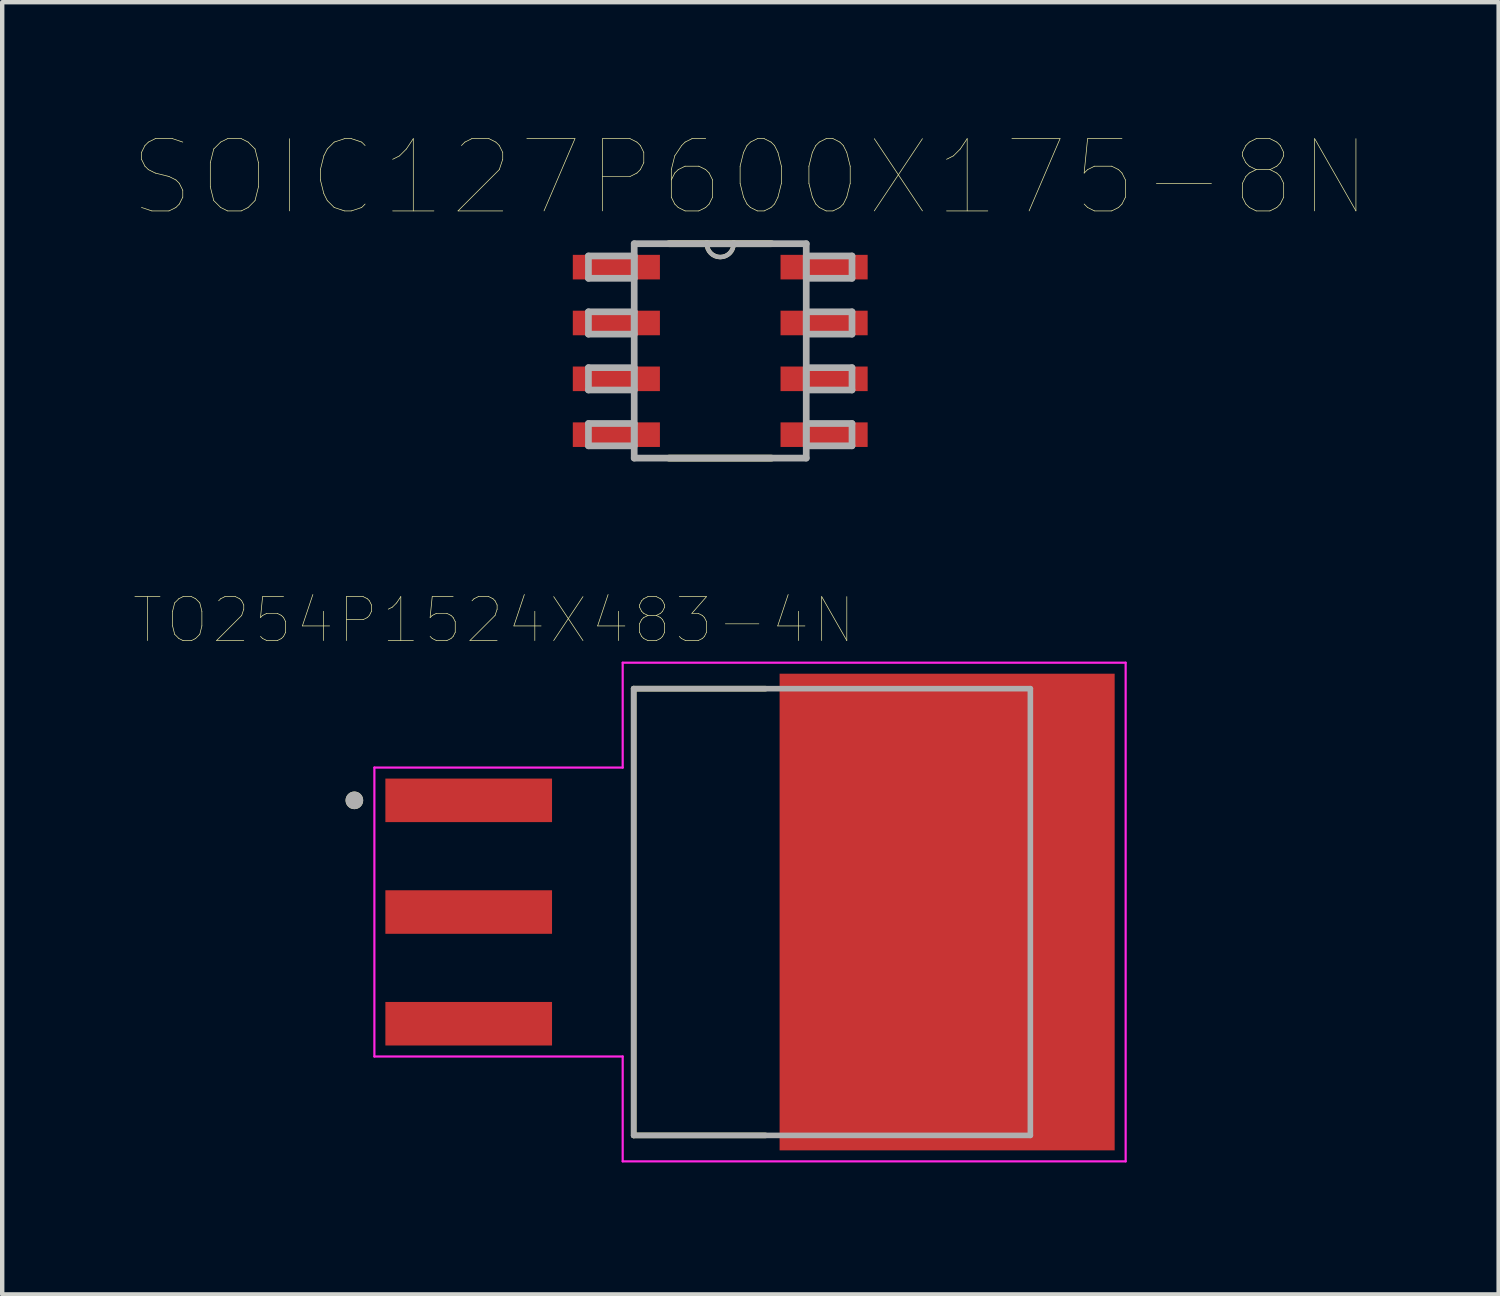
<source format=kicad_pcb>
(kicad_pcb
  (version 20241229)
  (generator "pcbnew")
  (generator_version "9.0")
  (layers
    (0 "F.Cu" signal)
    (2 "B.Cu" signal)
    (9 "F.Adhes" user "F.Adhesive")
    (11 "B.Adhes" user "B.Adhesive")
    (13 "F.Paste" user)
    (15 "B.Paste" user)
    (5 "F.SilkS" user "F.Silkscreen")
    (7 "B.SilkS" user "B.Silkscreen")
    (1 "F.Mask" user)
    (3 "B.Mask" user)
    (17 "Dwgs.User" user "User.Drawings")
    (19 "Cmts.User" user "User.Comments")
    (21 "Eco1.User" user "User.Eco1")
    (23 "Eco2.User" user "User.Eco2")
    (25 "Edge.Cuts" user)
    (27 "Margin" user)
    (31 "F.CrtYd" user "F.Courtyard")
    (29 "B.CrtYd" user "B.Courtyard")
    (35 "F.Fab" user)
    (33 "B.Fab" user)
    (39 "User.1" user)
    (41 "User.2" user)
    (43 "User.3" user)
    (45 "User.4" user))
  (footprint "SOIC127P600X175-8N"
    (layer "F.Cu")
    (at 13.329 4.93)
    (property "Reference" "SOIC127P600X175-8N" (at 0.687 -3.943 0) (layer "F.SilkS") (effects (font (size 1.643 1.643) (thickness 0.015))))
    (attr through_hole)
    (fp_line (start -1.168 2.438) (end 1.168 2.438) (stroke (width 0.152) (type solid)) (layer "F.SilkS"))
    (fp_line (start -0.305 -2.438) (end -1.168 -2.438) (stroke (width 0.152) (type solid)) (layer "F.SilkS"))
    (fp_line (start 0.305 -2.438) (end -0.305 -2.438) (stroke (width 0.152) (type solid)) (layer "F.SilkS"))
    (fp_line (start 1.168 -2.438) (end 0.305 -2.438) (stroke (width 0.152) (type solid)) (layer "F.SilkS"))
    (fp_arc (start 0.3048 -2.4384) (mid 0 -2.1336) (end -0.3048 -2.4384) (stroke (width 0.1) (type solid)) (layer "F.SilkS"))
    (fp_line (start -2.997 -2.159) (end -2.997 -1.651) (stroke (width 0.152) (type solid)) (layer "F.Fab"))
    (fp_line (start -2.997 -1.651) (end -1.956 -1.651) (stroke (width 0.152) (type solid)) (layer "F.Fab"))
    (fp_line (start -2.997 -0.889) (end -2.997 -0.381) (stroke (width 0.152) (type solid)) (layer "F.Fab"))
    (fp_line (start -2.997 -0.381) (end -1.956 -0.381) (stroke (width 0.152) (type solid)) (layer "F.Fab"))
    (fp_line (start -2.997 0.381) (end -2.997 0.889) (stroke (width 0.152) (type solid)) (layer "F.Fab"))
    (fp_line (start -2.997 0.889) (end -1.956 0.889) (stroke (width 0.152) (type solid)) (layer "F.Fab"))
    (fp_line (start -2.997 1.651) (end -2.997 2.159) (stroke (width 0.152) (type solid)) (layer "F.Fab"))
    (fp_line (start -2.997 2.159) (end -1.956 2.159) (stroke (width 0.152) (type solid)) (layer "F.Fab"))
    (fp_line (start -1.956 -2.438) (end -1.956 2.438) (stroke (width 0.152) (type solid)) (layer "F.Fab"))
    (fp_line (start -1.956 -2.159) (end -2.997 -2.159) (stroke (width 0.152) (type solid)) (layer "F.Fab"))
    (fp_line (start -1.956 -1.651) (end -1.956 -2.159) (stroke (width 0.152) (type solid)) (layer "F.Fab"))
    (fp_line (start -1.956 -0.889) (end -2.997 -0.889) (stroke (width 0.152) (type solid)) (layer "F.Fab"))
    (fp_line (start -1.956 -0.381) (end -1.956 -0.889) (stroke (width 0.152) (type solid)) (layer "F.Fab"))
    (fp_line (start -1.956 0.381) (end -2.997 0.381) (stroke (width 0.152) (type solid)) (layer "F.Fab"))
    (fp_line (start -1.956 0.889) (end -1.956 0.381) (stroke (width 0.152) (type solid)) (layer "F.Fab"))
    (fp_line (start -1.956 1.651) (end -2.997 1.651) (stroke (width 0.152) (type solid)) (layer "F.Fab"))
    (fp_line (start -1.956 2.159) (end -1.956 1.651) (stroke (width 0.152) (type solid)) (layer "F.Fab"))
    (fp_line (start -1.956 2.438) (end 1.956 2.438) (stroke (width 0.152) (type solid)) (layer "F.Fab"))
    (fp_line (start -0.305 -2.438) (end -1.956 -2.438) (stroke (width 0.152) (type solid)) (layer "F.Fab"))
    (fp_line (start 0.305 -2.438) (end -0.305 -2.438) (stroke (width 0.152) (type solid)) (layer "F.Fab"))
    (fp_line (start 1.956 -2.438) (end 0.305 -2.438) (stroke (width 0.152) (type solid)) (layer "F.Fab"))
    (fp_line (start 1.956 -2.159) (end 1.956 -1.651) (stroke (width 0.152) (type solid)) (layer "F.Fab"))
    (fp_line (start 1.956 -1.651) (end 2.997 -1.651) (stroke (width 0.152) (type solid)) (layer "F.Fab"))
    (fp_line (start 1.956 -0.889) (end 1.956 -0.381) (stroke (width 0.152) (type solid)) (layer "F.Fab"))
    (fp_line (start 1.956 -0.381) (end 2.997 -0.381) (stroke (width 0.152) (type solid)) (layer "F.Fab"))
    (fp_line (start 1.956 0.381) (end 1.956 0.889) (stroke (width 0.152) (type solid)) (layer "F.Fab"))
    (fp_line (start 1.956 0.889) (end 2.997 0.889) (stroke (width 0.152) (type solid)) (layer "F.Fab"))
    (fp_line (start 1.956 1.651) (end 1.956 2.159) (stroke (width 0.152) (type solid)) (layer "F.Fab"))
    (fp_line (start 1.956 2.159) (end 2.997 2.159) (stroke (width 0.152) (type solid)) (layer "F.Fab"))
    (fp_line (start 1.956 2.438) (end 1.956 -2.438) (stroke (width 0.152) (type solid)) (layer "F.Fab"))
    (fp_line (start 2.997 -2.159) (end 1.956 -2.159) (stroke (width 0.152) (type solid)) (layer "F.Fab"))
    (fp_line (start 2.997 -1.651) (end 2.997 -2.159) (stroke (width 0.152) (type solid)) (layer "F.Fab"))
    (fp_line (start 2.997 -0.889) (end 1.956 -0.889) (stroke (width 0.152) (type solid)) (layer "F.Fab"))
    (fp_line (start 2.997 -0.381) (end 2.997 -0.889) (stroke (width 0.152) (type solid)) (layer "F.Fab"))
    (fp_line (start 2.997 0.381) (end 1.956 0.381) (stroke (width 0.152) (type solid)) (layer "F.Fab"))
    (fp_line (start 2.997 0.889) (end 2.997 0.381) (stroke (width 0.152) (type solid)) (layer "F.Fab"))
    (fp_line (start 2.997 1.651) (end 1.956 1.651) (stroke (width 0.152) (type solid)) (layer "F.Fab"))
    (fp_line (start 2.997 2.159) (end 2.997 1.651) (stroke (width 0.152) (type solid)) (layer "F.Fab"))
    (fp_arc (start 0.3048 -2.4384) (mid 0 -2.1336) (end -0.3048 -2.4384) (stroke (width 0.1) (type solid)) (layer "F.Fab"))
    (pad "1" smd rect (at -2.362 -1.905) (size 1.981 0.559) (layers "F.Cu" "F.Mask" "F.Paste"))
    (pad "2" smd rect (at -2.362 -0.635) (size 1.981 0.559) (layers "F.Cu" "F.Mask" "F.Paste"))
    (pad "3" smd rect (at -2.362 0.635) (size 1.981 0.559) (layers "F.Cu" "F.Mask" "F.Paste"))
    (pad "4" smd rect (at -2.362 1.905) (size 1.981 0.559) (layers "F.Cu" "F.Mask" "F.Paste"))
    (pad "5" smd rect (at 2.362 1.905) (size 1.981 0.559) (layers "F.Cu" "F.Mask" "F.Paste"))
    (pad "6" smd rect (at 2.362 0.635) (size 1.981 0.559) (layers "F.Cu" "F.Mask" "F.Paste"))
    (pad "7" smd rect (at 2.362 -0.635) (size 1.981 0.559) (layers "F.Cu" "F.Mask" "F.Paste"))
    (pad "8" smd rect (at 2.362 -1.905) (size 1.981 0.559) (layers "F.Cu" "F.Mask" "F.Paste")))
  (footprint "TO254P1524X483-4N"
    (layer "F.Cu")
    (at 14.009 17.691)
    (property "Reference" "TO254P1524X483-4N" (at -5.825 -6.635 0) (layer "F.SilkS") (effects (font (size 1 1) (thickness 0.015))))
    (attr through_hole)
    (fp_line (start -2.648 -5.08) (end -2.648 5.08) (stroke (width 0.127) (type solid)) (layer "F.SilkS"))
    (fp_line (start -2.648 5.08) (end 0.35 5.08) (stroke (width 0.127) (type solid)) (layer "F.SilkS"))
    (fp_line (start 0.35 -5.08) (end -2.648 -5.08) (stroke (width 0.127) (type solid)) (layer "F.SilkS"))
    (fp_circle (center -9 -2.54) (end -8.9 -2.54) (stroke (width 0.2) (type solid)) (fill no) (layer "F.SilkS"))
    (fp_poly (pts (xy 1.215 -5.13) (xy 2.665 -5.13) (xy 2.665 -3.87) (xy 1.215 -3.87)) (stroke (width 0.01) (type solid)) (fill yes) (layer "F.Paste"))
    (fp_poly (pts (xy 1.215 -3.33) (xy 2.665 -3.33) (xy 2.665 -2.07) (xy 1.215 -2.07)) (stroke (width 0.01) (type solid)) (fill yes) (layer "F.Paste"))
    (fp_poly (pts (xy 1.215 -1.53) (xy 2.665 -1.53) (xy 2.665 -0.27) (xy 1.215 -0.27)) (stroke (width 0.01) (type solid)) (fill yes) (layer "F.Paste"))
    (fp_poly (pts (xy 1.215 0.27) (xy 2.665 0.27) (xy 2.665 1.53) (xy 1.215 1.53)) (stroke (width 0.01) (type solid)) (fill yes) (layer "F.Paste"))
    (fp_poly (pts (xy 1.215 2.07) (xy 2.665 2.07) (xy 2.665 3.33) (xy 1.215 3.33)) (stroke (width 0.01) (type solid)) (fill yes) (layer "F.Paste"))
    (fp_poly (pts (xy 1.215 3.87) (xy 2.665 3.87) (xy 2.665 5.13) (xy 1.215 5.13)) (stroke (width 0.01) (type solid)) (fill yes) (layer "F.Paste"))
    (fp_poly (pts (xy 3.755 -5.13) (xy 5.205 -5.13) (xy 5.205 -3.87) (xy 3.755 -3.87)) (stroke (width 0.01) (type solid)) (fill yes) (layer "F.Paste"))
    (fp_poly (pts (xy 3.755 -3.33) (xy 5.205 -3.33) (xy 5.205 -2.07) (xy 3.755 -2.07)) (stroke (width 0.01) (type solid)) (fill yes) (layer "F.Paste"))
    (fp_poly (pts (xy 3.755 -1.53) (xy 5.205 -1.53) (xy 5.205 -0.27) (xy 3.755 -0.27)) (stroke (width 0.01) (type solid)) (fill yes) (layer "F.Paste"))
    (fp_poly (pts (xy 3.755 0.27) (xy 5.205 0.27) (xy 5.205 1.53) (xy 3.755 1.53)) (stroke (width 0.01) (type solid)) (fill yes) (layer "F.Paste"))
    (fp_poly (pts (xy 3.755 2.07) (xy 5.205 2.07) (xy 5.205 3.33) (xy 3.755 3.33)) (stroke (width 0.01) (type solid)) (fill yes) (layer "F.Paste"))
    (fp_poly (pts (xy 3.755 3.87) (xy 5.205 3.87) (xy 5.205 5.13) (xy 3.755 5.13)) (stroke (width 0.01) (type solid)) (fill yes) (layer "F.Paste"))
    (fp_poly (pts (xy 6.295 -5.13) (xy 7.745 -5.13) (xy 7.745 -3.87) (xy 6.295 -3.87)) (stroke (width 0.01) (type solid)) (fill yes) (layer "F.Paste"))
    (fp_poly (pts (xy 6.295 -3.33) (xy 7.745 -3.33) (xy 7.745 -2.07) (xy 6.295 -2.07)) (stroke (width 0.01) (type solid)) (fill yes) (layer "F.Paste"))
    (fp_poly (pts (xy 6.295 -1.53) (xy 7.745 -1.53) (xy 7.745 -0.27) (xy 6.295 -0.27)) (stroke (width 0.01) (type solid)) (fill yes) (layer "F.Paste"))
    (fp_poly (pts (xy 6.295 0.27) (xy 7.745 0.27) (xy 7.745 1.53) (xy 6.295 1.53)) (stroke (width 0.01) (type solid)) (fill yes) (layer "F.Paste"))
    (fp_poly (pts (xy 6.295 2.07) (xy 7.745 2.07) (xy 7.745 3.33) (xy 6.295 3.33)) (stroke (width 0.01) (type solid)) (fill yes) (layer "F.Paste"))
    (fp_poly (pts (xy 6.295 3.87) (xy 7.745 3.87) (xy 7.745 5.13) (xy 6.295 5.13)) (stroke (width 0.01) (type solid)) (fill yes) (layer "F.Paste"))
    (fp_line (start -8.545 -3.285) (end -8.545 3.285) (stroke (width 0.05) (type solid)) (layer "F.CrtYd"))
    (fp_line (start -8.545 3.285) (end -2.898 3.285) (stroke (width 0.05) (type solid)) (layer "F.CrtYd"))
    (fp_line (start -2.898 -5.67) (end -2.898 -3.285) (stroke (width 0.05) (type solid)) (layer "F.CrtYd"))
    (fp_line (start -2.898 -3.285) (end -8.545 -3.285) (stroke (width 0.05) (type solid)) (layer "F.CrtYd"))
    (fp_line (start -2.898 3.285) (end -2.898 5.67) (stroke (width 0.05) (type solid)) (layer "F.CrtYd"))
    (fp_line (start -2.898 5.67) (end 8.54 5.67) (stroke (width 0.05) (type solid)) (layer "F.CrtYd"))
    (fp_line (start 8.54 -5.67) (end -2.898 -5.67) (stroke (width 0.05) (type solid)) (layer "F.CrtYd"))
    (fp_line (start 8.54 5.67) (end 8.54 -5.67) (stroke (width 0.05) (type solid)) (layer "F.CrtYd"))
    (fp_line (start -2.648 -5.08) (end 6.373 -5.08) (stroke (width 0.127) (type solid)) (layer "F.Fab"))
    (fp_line (start -2.648 5.08) (end -2.648 -5.08) (stroke (width 0.127) (type solid)) (layer "F.Fab"))
    (fp_line (start 6.373 -5.08) (end 6.373 5.08) (stroke (width 0.127) (type solid)) (layer "F.Fab"))
    (fp_line (start 6.373 5.08) (end -2.648 5.08) (stroke (width 0.127) (type solid)) (layer "F.Fab"))
    (fp_circle (center -9 -2.54) (end -8.9 -2.54) (stroke (width 0.2) (type solid)) (fill no) (layer "F.Fab"))
    (pad "1" smd rect (at -6.4 -2.54) (size 3.79 0.99) (layers "F.Cu" "F.Mask" "F.Paste"))
    (pad "2" smd rect (at -6.4 0) (size 3.79 0.99) (layers "F.Cu" "F.Mask" "F.Paste"))
    (pad "3" smd rect (at -6.4 2.54) (size 3.79 0.99) (layers "F.Cu" "F.Mask" "F.Paste"))
    (pad "4" smd rect (at 4.48 0) (size 7.62 10.84) (layers "F.Cu" "F.Mask")))
  (gr_rect
    (start -3 -3)
    (end 31.031 26.386)
    (stroke (width 0.1) (type default))
    (fill no)
    (layer "Edge.Cuts")))
</source>
